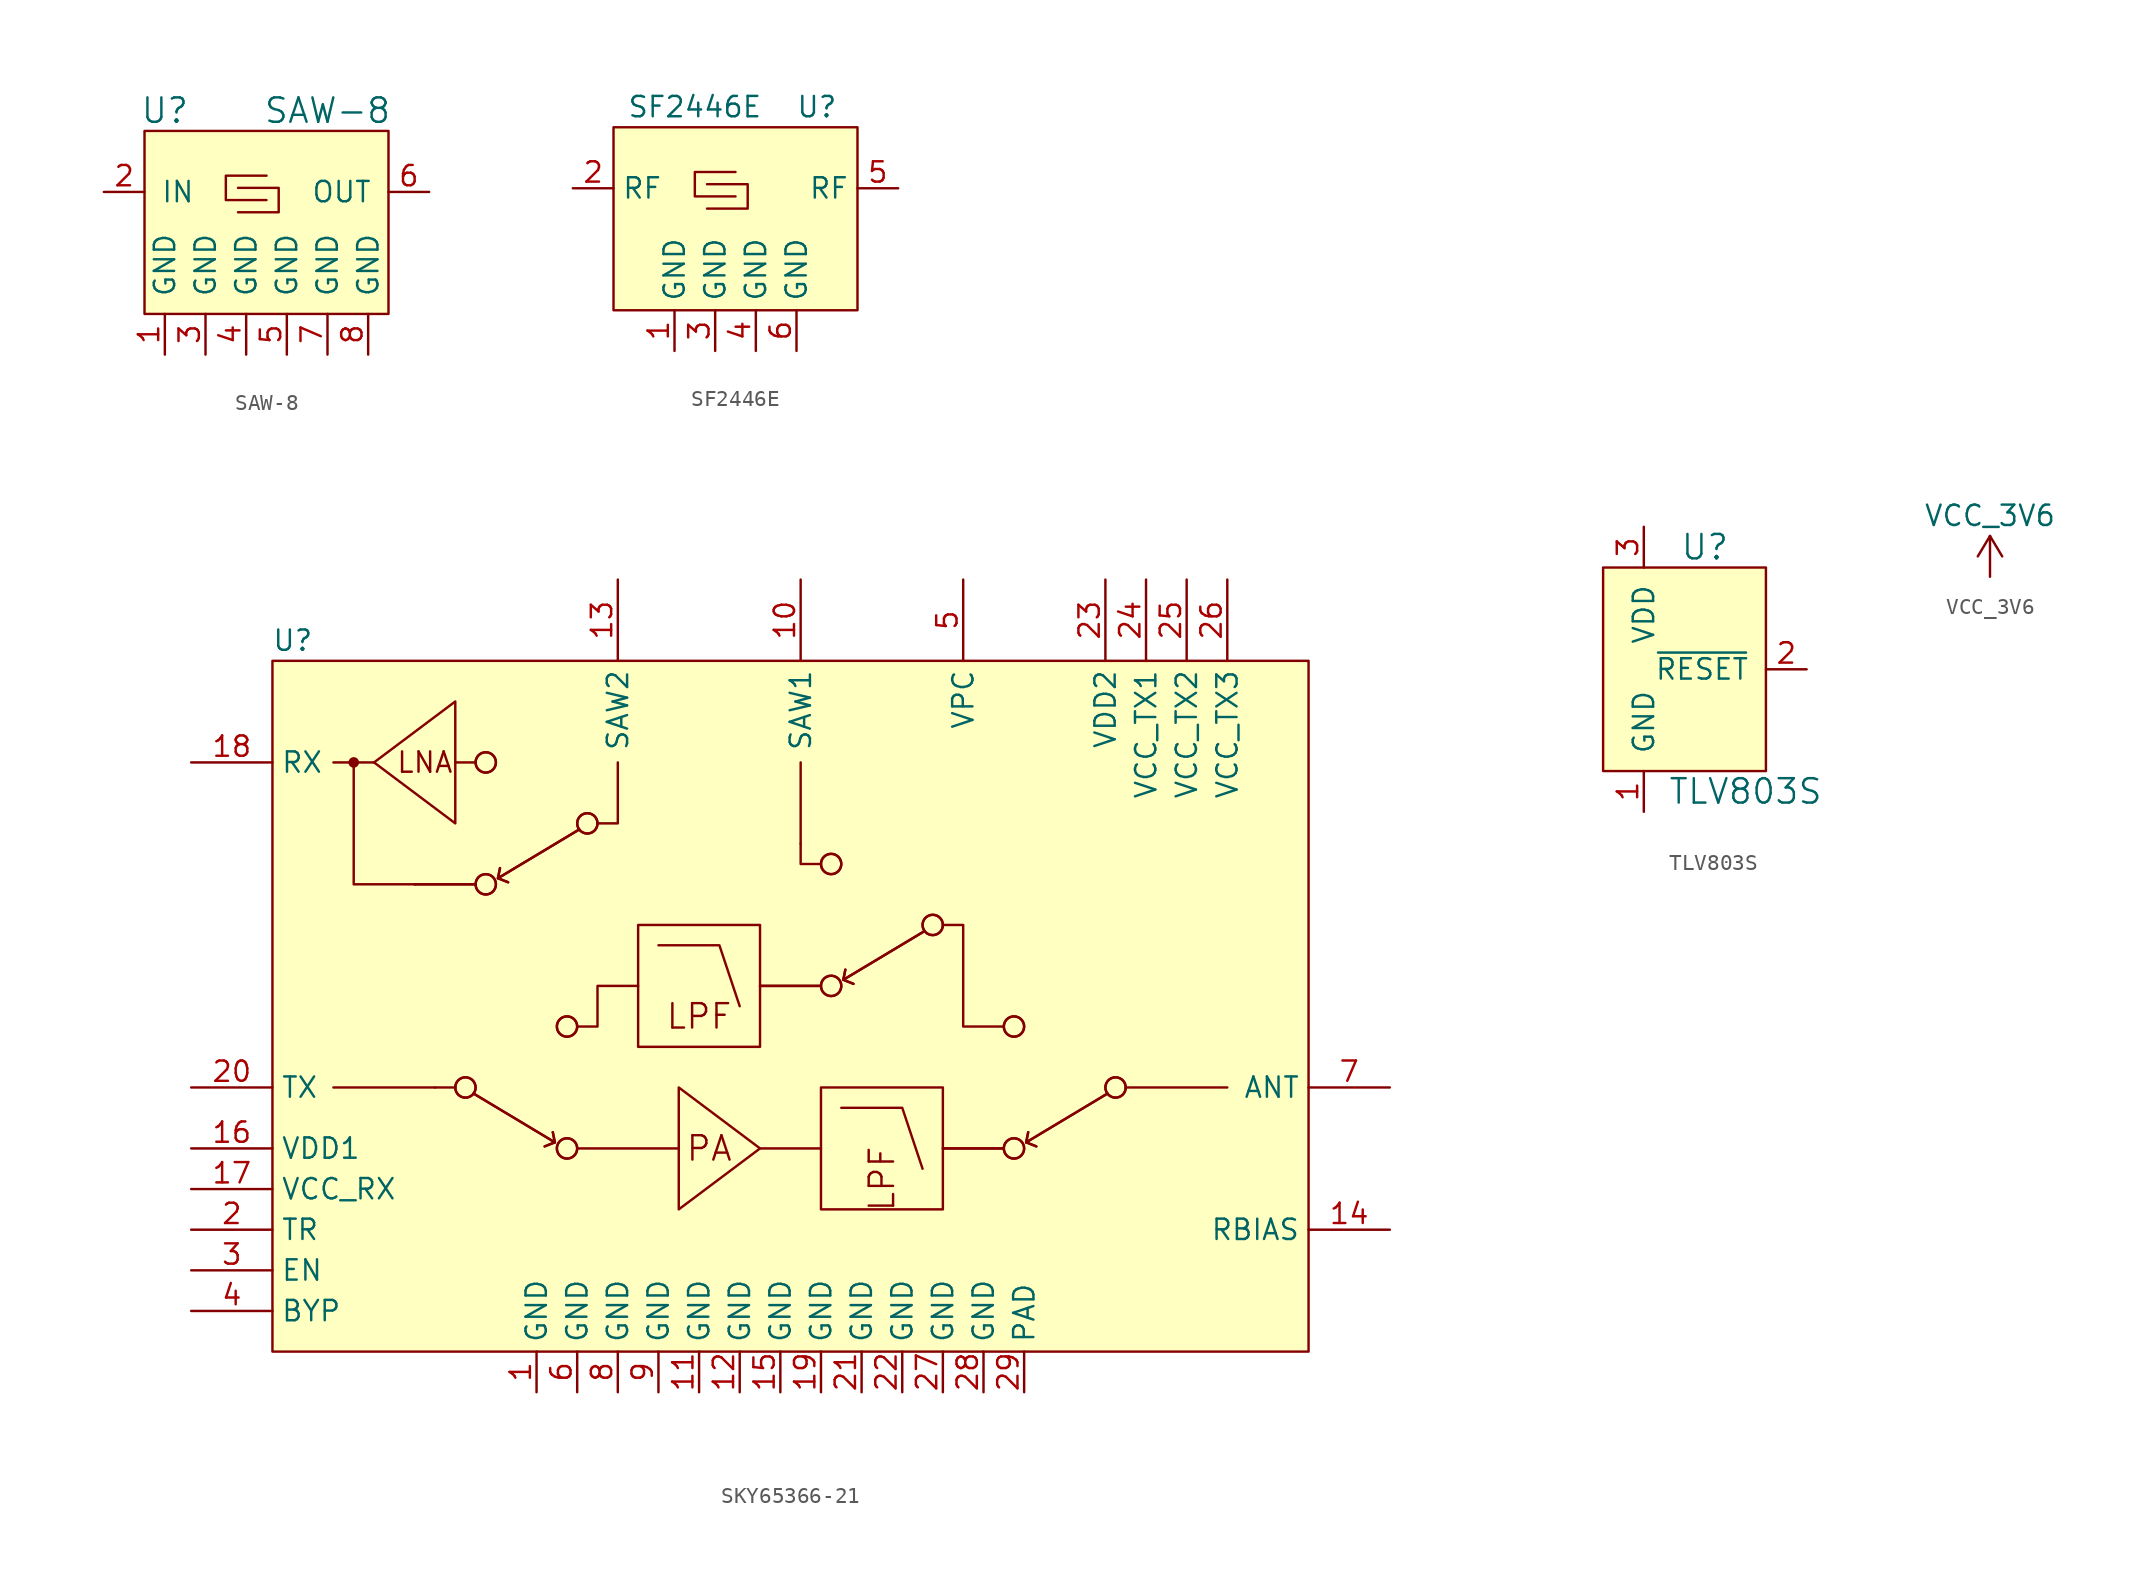
<source format=kicad_sym>
(kicad_symbol_lib
  (version 20220914)
  (generator kicad_symbol_editor)
  (symbol "SAW-8"
    (pin_names
      (offset 1.016))
    (property "Reference" "U"
      (at -6.35 6.35 0)
      (effects (font (size 1.524 1.524))))
    (property "Value" "SAW-8"
      (at 3.81 6.35 0)
      (effects (font (size 1.524 1.524))))
    (symbol "SAW-8_0_1"
      (rectangle (start -7.62 -6.35) (end 7.62 5.08) (stroke (width 0) (type solid)) (fill (type background)))
      (polyline (pts (xy -1.778 1.524) (xy 0.762 1.524) (xy 0.762 0) (xy -1.778 0)) (stroke (width 0) (type solid)) (fill (type none)))
      (polyline (pts (xy 0 2.286) (xy -2.54 2.286) (xy -2.54 0.762) (xy 0 0.762)) (stroke (width 0) (type solid)) (fill (type none))))
    (symbol "SAW-8_1_1"
      (pin passive line (at -6.35 -8.89 90) (length 2.54) (name "GND" (effects (font (size 1.27 1.27)))) (number "1" (effects (font (size 1.27 1.27)))))
      (pin passive line (at -10.16 1.27 0) (length 2.54) (name "IN" (effects (font (size 1.27 1.27)))) (number "2" (effects (font (size 1.27 1.27)))))
      (pin passive line (at -3.81 -8.89 90) (length 2.54) (name "GND" (effects (font (size 1.27 1.27)))) (number "3" (effects (font (size 1.27 1.27)))))
      (pin passive line (at -1.27 -8.89 90) (length 2.54) (name "GND" (effects (font (size 1.27 1.27)))) (number "4" (effects (font (size 1.27 1.27)))))
      (pin passive line (at 1.27 -8.89 90) (length 2.54) (name "GND" (effects (font (size 1.27 1.27)))) (number "5" (effects (font (size 1.27 1.27)))))
      (pin passive line (at 10.16 1.27 180) (length 2.54) (name "OUT" (effects (font (size 1.27 1.27)))) (number "6" (effects (font (size 1.27 1.27)))))
      (pin passive line (at 3.81 -8.89 90) (length 2.54) (name "GND" (effects (font (size 1.27 1.27)))) (number "7" (effects (font (size 1.27 1.27)))))
      (pin passive line (at 6.35 -8.89 90) (length 2.54) (name "GND" (effects (font (size 1.27 1.27)))) (number "8" (effects (font (size 1.27 1.27)))))))
  (symbol "SF2446E"
    (property "Reference" "U"
      (at 5.08 0 0)
      (effects (font (size 1.27 1.27))))
    (property "Value" "SF2446E"
      (at -2.54 0 0)
      (effects (font (size 1.27 1.27))))
    (symbol "SF2446E_0_1"
      (rectangle (start -7.62 -1.27) (end 7.62 -12.7) (stroke (width 0) (type solid)) (fill (type background)))
      (polyline (pts (xy -1.778 -4.826) (xy 0.762 -4.826) (xy 0.762 -6.35) (xy -1.778 -6.35)) (stroke (width 0) (type solid)) (fill (type none)))
      (polyline (pts (xy 0 -4.064) (xy -2.54 -4.064) (xy -2.54 -5.588) (xy 0 -5.588)) (stroke (width 0) (type solid)) (fill (type none))))
    (symbol "SF2446E_1_1"
      (pin power_in line (at -3.81 -15.24 90) (length 2.54) (name "GND" (effects (font (size 1.27 1.27)))) (number "1" (effects (font (size 1.27 1.27)))))
      (pin passive line (at -10.16 -5.08 0) (length 2.54) (name "RF" (effects (font (size 1.27 1.27)))) (number "2" (effects (font (size 1.27 1.27)))))
      (pin power_in line (at -1.27 -15.24 90) (length 2.54) (name "GND" (effects (font (size 1.27 1.27)))) (number "3" (effects (font (size 1.27 1.27)))))
      (pin power_in line (at 1.27 -15.24 90) (length 2.54) (name "GND" (effects (font (size 1.27 1.27)))) (number "4" (effects (font (size 1.27 1.27)))))
      (pin passive line (at 10.16 -5.08 180) (length 2.54) (name "RF" (effects (font (size 1.27 1.27)))) (number "5" (effects (font (size 1.27 1.27)))))
      (pin power_in line (at 3.81 -15.24 90) (length 2.54) (name "GND" (effects (font (size 1.27 1.27)))) (number "6" (effects (font (size 1.27 1.27)))))))
  (symbol "SKY65366-21"
    (property "Reference" "U"
      (at 0 0 0)
      (effects (font (size 1.27 1.27))))
    (property "Value" ""
      (at 0 0 0)
      (effects (font (size 1.27 1.27))))
    (symbol "SKY65366-21_0_0"
      (rectangle (start -1.27 -1.27) (end 63.5 -44.45) (stroke (width 0) (type solid)) (fill (type background)))
      (polyline (pts (xy 5.08 -7.62) (xy 2.54 -7.62)) (stroke (width 0) (type solid)) (fill (type none)))
      (polyline (pts (xy 7.62 -15.24) (xy 11.43 -15.24)) (stroke (width 0) (type solid)) (fill (type none)))
      (polyline (pts (xy 7.62 -15.24) (xy 11.43 -15.24)) (stroke (width 0) (type solid)) (fill (type none)))
      (polyline (pts (xy 8.89 -27.94) (xy 2.54 -27.94)) (stroke (width 0) (type solid)) (fill (type none)))
      (polyline (pts (xy 10.16 -7.62) (xy 11.43 -7.62)) (stroke (width 0) (type solid)) (fill (type none)))
      (polyline (pts (xy 29.21 -31.75) (xy 33.02 -31.75)) (stroke (width 0) (type solid)) (fill (type none)))
      (polyline (pts (xy 29.21 -21.59) (xy 33.02 -21.59)) (stroke (width 0) (type solid)) (fill (type none)))
      (polyline (pts (xy 29.21 -21.59) (xy 33.02 -21.59)) (stroke (width 0) (type solid)) (fill (type none)))
      (polyline (pts (xy 31.75 -12.7) (xy 31.75 -7.62)) (stroke (width 0) (type solid)) (fill (type none)))
      (polyline (pts (xy 40.64 -31.75) (xy 44.45 -31.75)) (stroke (width 0) (type solid)) (fill (type none)))
      (polyline (pts (xy 40.64 -31.75) (xy 44.45 -31.75)) (stroke (width 0) (type solid)) (fill (type none)))
      (polyline (pts (xy 7.62 -15.24) (xy 3.81 -15.24) (xy 3.81 -7.62)) (stroke (width 0) (type solid)) (fill (type none)))
      (polyline (pts (xy 19.05 -11.43) (xy 20.32 -11.43) (xy 20.32 -7.62)) (stroke (width 0) (type solid)) (fill (type none)))
      (polyline (pts (xy 33.02 -13.97) (xy 31.75 -13.97) (xy 31.75 -12.7)) (stroke (width 0) (type solid)) (fill (type none)))
      (circle (center 3.81 -7.62) (radius 0.254) (stroke (width 0) (type solid)) (fill (type outline)))
      (text "LNA" (at 8.255 -7.62 0) (effects (font (size 1.27 1.27))))
      (text "LPF" (at 25.4 -23.495 0) (effects (font (size 1.524 1.524))))
      (text "LPF" (at 36.83 -33.655 900) (effects (font (size 1.524 1.524))))
      (text "PA" (at 26.035 -31.75 0) (effects (font (size 1.524 1.524)))))
    (symbol "SKY65366-21_0_1"
      (polyline (pts (xy 10.16 -27.94) (xy 8.89 -27.94)) (stroke (width 0) (type solid)) (fill (type none)))
      (polyline (pts (xy 12.827 -14.859) (xy 13.462 -15.113)) (stroke (width 0) (type solid)) (fill (type none)))
      (polyline (pts (xy 12.827 -14.859) (xy 13.462 -15.113)) (stroke (width 0) (type solid)) (fill (type none)))
      (polyline (pts (xy 16.383 -31.369) (xy 15.748 -31.623)) (stroke (width 0) (type solid)) (fill (type none)))
      (polyline (pts (xy 16.383 -31.369) (xy 15.748 -31.623)) (stroke (width 0) (type solid)) (fill (type none)))
      (polyline (pts (xy 17.78 -31.75) (xy 24.13 -31.75)) (stroke (width 0) (type solid)) (fill (type none)))
      (polyline (pts (xy 34.417 -21.209) (xy 35.052 -21.463)) (stroke (width 0) (type solid)) (fill (type none)))
      (polyline (pts (xy 34.417 -21.209) (xy 35.052 -21.463)) (stroke (width 0) (type solid)) (fill (type none)))
      (polyline (pts (xy 45.847 -31.369) (xy 46.482 -31.623)) (stroke (width 0) (type solid)) (fill (type none)))
      (polyline (pts (xy 45.847 -31.369) (xy 46.482 -31.623)) (stroke (width 0) (type solid)) (fill (type none)))
      (polyline (pts (xy 52.07 -27.94) (xy 58.42 -27.94)) (stroke (width 0) (type solid)) (fill (type none)))
      (polyline (pts (xy 11.303 -28.321) (xy 16.383 -31.369) (xy 16.256 -30.734)) (stroke (width 0) (type solid)) (fill (type none)))
      (polyline (pts (xy 11.303 -28.321) (xy 16.383 -31.369) (xy 16.256 -30.734)) (stroke (width 0) (type solid)) (fill (type none)))
      (polyline (pts (xy 17.907 -11.811) (xy 12.827 -14.859) (xy 12.954 -14.224)) (stroke (width 0) (type solid)) (fill (type none)))
      (polyline (pts (xy 17.907 -11.811) (xy 12.827 -14.859) (xy 12.954 -14.224)) (stroke (width 0) (type solid)) (fill (type none)))
      (polyline (pts (xy 22.86 -19.05) (xy 26.67 -19.05) (xy 27.94 -22.86)) (stroke (width 0) (type solid)) (fill (type none)))
      (polyline (pts (xy 34.29 -29.21) (xy 38.1 -29.21) (xy 39.37 -33.02)) (stroke (width 0) (type solid)) (fill (type none)))
      (polyline (pts (xy 39.497 -18.161) (xy 34.417 -21.209) (xy 34.544 -20.574)) (stroke (width 0) (type solid)) (fill (type none)))
      (polyline (pts (xy 39.497 -18.161) (xy 34.417 -21.209) (xy 34.544 -20.574)) (stroke (width 0) (type solid)) (fill (type none)))
      (polyline (pts (xy 50.927 -28.321) (xy 45.847 -31.369) (xy 45.974 -30.734)) (stroke (width 0) (type solid)) (fill (type none)))
      (polyline (pts (xy 50.927 -28.321) (xy 45.847 -31.369) (xy 45.974 -30.734)) (stroke (width 0) (type solid)) (fill (type none)))
      (polyline (pts (xy 10.16 -11.43) (xy 10.16 -3.81) (xy 5.08 -7.62) (xy 10.16 -11.43)) (stroke (width 0) (type solid)) (fill (type none)))
      (polyline (pts (xy 17.78 -24.13) (xy 19.05 -24.13) (xy 19.05 -21.59) (xy 21.59 -21.59)) (stroke (width 0) (type solid)) (fill (type none)))
      (polyline (pts (xy 24.13 -35.56) (xy 24.13 -27.94) (xy 29.21 -31.75) (xy 24.13 -35.56)) (stroke (width 0) (type solid)) (fill (type none)))
      (polyline (pts (xy 44.45 -24.13) (xy 41.91 -24.13) (xy 41.91 -17.78) (xy 40.64 -17.78)) (stroke (width 0) (type solid)) (fill (type none)))
      (circle (center 10.795 -27.94) (radius 0.635) (stroke (width 0) (type solid)) (fill (type none)))
      (circle (center 10.795 -27.94) (radius 0.635) (stroke (width 0) (type solid)) (fill (type none)))
      (circle (center 12.065 -15.24) (radius 0.635) (stroke (width 0) (type solid)) (fill (type none)))
      (circle (center 12.065 -15.24) (radius 0.635) (stroke (width 0) (type solid)) (fill (type none)))
      (circle (center 12.065 -7.62) (radius 0.635) (stroke (width 0) (type solid)) (fill (type none)))
      (circle (center 12.065 -7.62) (radius 0.635) (stroke (width 0) (type solid)) (fill (type none)))
      (circle (center 17.145 -31.75) (radius 0.635) (stroke (width 0) (type solid)) (fill (type none)))
      (circle (center 17.145 -31.75) (radius 0.635) (stroke (width 0) (type solid)) (fill (type none)))
      (circle (center 17.145 -24.13) (radius 0.635) (stroke (width 0) (type solid)) (fill (type none)))
      (circle (center 17.145 -24.13) (radius 0.635) (stroke (width 0) (type solid)) (fill (type none)))
      (circle (center 18.415 -11.43) (radius 0.635) (stroke (width 0) (type solid)) (fill (type none)))
      (circle (center 18.415 -11.43) (radius 0.635) (stroke (width 0) (type solid)) (fill (type none)))
      (rectangle (start 21.59 -17.78) (end 29.21 -25.4) (stroke (width 0) (type solid)) (fill (type none)))
      (rectangle (start 33.02 -27.94) (end 40.64 -35.56) (stroke (width 0) (type solid)) (fill (type none)))
      (circle (center 33.655 -21.59) (radius 0.635) (stroke (width 0) (type solid)) (fill (type none)))
      (circle (center 33.655 -21.59) (radius 0.635) (stroke (width 0) (type solid)) (fill (type none)))
      (circle (center 33.655 -13.97) (radius 0.635) (stroke (width 0) (type solid)) (fill (type none)))
      (circle (center 33.655 -13.97) (radius 0.635) (stroke (width 0) (type solid)) (fill (type none)))
      (circle (center 40.005 -17.78) (radius 0.635) (stroke (width 0) (type solid)) (fill (type none)))
      (circle (center 40.005 -17.78) (radius 0.635) (stroke (width 0) (type solid)) (fill (type none)))
      (circle (center 45.085 -31.75) (radius 0.635) (stroke (width 0) (type solid)) (fill (type none)))
      (circle (center 45.085 -31.75) (radius 0.635) (stroke (width 0) (type solid)) (fill (type none)))
      (circle (center 45.085 -24.13) (radius 0.635) (stroke (width 0) (type solid)) (fill (type none)))
      (circle (center 45.085 -24.13) (radius 0.635) (stroke (width 0) (type solid)) (fill (type none)))
      (circle (center 51.435 -27.94) (radius 0.635) (stroke (width 0) (type solid)) (fill (type none)))
      (circle (center 51.435 -27.94) (radius 0.635) (stroke (width 0) (type solid)) (fill (type none))))
    (symbol "SKY65366-21_1_1"
      (pin passive line (at 15.24 -46.99 90) (length 2.54) (name "GND" (effects (font (size 1.27 1.27)))) (number "1" (effects (font (size 1.27 1.27)))))
      (pin passive line (at 31.75 3.81 270) (length 5.08) (name "SAW1" (effects (font (size 1.27 1.27)))) (number "10" (effects (font (size 1.27 1.27)))))
      (pin passive line (at 25.4 -46.99 90) (length 2.54) (name "GND" (effects (font (size 1.27 1.27)))) (number "11" (effects (font (size 1.27 1.27)))))
      (pin passive line (at 27.94 -46.99 90) (length 2.54) (name "GND" (effects (font (size 1.27 1.27)))) (number "12" (effects (font (size 1.27 1.27)))))
      (pin passive line (at 20.32 3.81 270) (length 5.08) (name "SAW2" (effects (font (size 1.27 1.27)))) (number "13" (effects (font (size 1.27 1.27)))))
      (pin passive line (at 68.58 -36.83 180) (length 5.08) (name "RBIAS" (effects (font (size 1.27 1.27)))) (number "14" (effects (font (size 1.27 1.27)))))
      (pin passive line (at 30.48 -46.99 90) (length 2.54) (name "GND" (effects (font (size 1.27 1.27)))) (number "15" (effects (font (size 1.27 1.27)))))
      (pin passive line (at -6.35 -31.75 0) (length 5.08) (name "VDD1" (effects (font (size 1.27 1.27)))) (number "16" (effects (font (size 1.27 1.27)))))
      (pin passive line (at -6.35 -34.29 0) (length 5.08) (name "VCC_RX" (effects (font (size 1.27 1.27)))) (number "17" (effects (font (size 1.27 1.27)))))
      (pin passive line (at -6.35 -7.62 0) (length 5.08) (name "RX" (effects (font (size 1.27 1.27)))) (number "18" (effects (font (size 1.27 1.27)))))
      (pin passive line (at 33.02 -46.99 90) (length 2.54) (name "GND" (effects (font (size 1.27 1.27)))) (number "19" (effects (font (size 1.27 1.27)))))
      (pin passive line (at -6.35 -36.83 0) (length 5.08) (name "TR" (effects (font (size 1.27 1.27)))) (number "2" (effects (font (size 1.27 1.27)))))
      (pin passive line (at -6.35 -27.94 0) (length 5.08) (name "TX" (effects (font (size 1.27 1.27)))) (number "20" (effects (font (size 1.27 1.27)))))
      (pin passive line (at 35.56 -46.99 90) (length 2.54) (name "GND" (effects (font (size 1.27 1.27)))) (number "21" (effects (font (size 1.27 1.27)))))
      (pin passive line (at 38.1 -46.99 90) (length 2.54) (name "GND" (effects (font (size 1.27 1.27)))) (number "22" (effects (font (size 1.27 1.27)))))
      (pin passive line (at 50.8 3.81 270) (length 5.08) (name "VDD2" (effects (font (size 1.27 1.27)))) (number "23" (effects (font (size 1.27 1.27)))))
      (pin passive line (at 53.34 3.81 270) (length 5.08) (name "VCC_TX1" (effects (font (size 1.27 1.27)))) (number "24" (effects (font (size 1.27 1.27)))))
      (pin passive line (at 55.88 3.81 270) (length 5.08) (name "VCC_TX2" (effects (font (size 1.27 1.27)))) (number "25" (effects (font (size 1.27 1.27)))))
      (pin passive line (at 58.42 3.81 270) (length 5.08) (name "VCC_TX3" (effects (font (size 1.27 1.27)))) (number "26" (effects (font (size 1.27 1.27)))))
      (pin passive line (at 40.64 -46.99 90) (length 2.54) (name "GND" (effects (font (size 1.27 1.27)))) (number "27" (effects (font (size 1.27 1.27)))))
      (pin passive line (at 43.18 -46.99 90) (length 2.54) (name "GND" (effects (font (size 1.27 1.27)))) (number "28" (effects (font (size 1.27 1.27)))))
      (pin passive line (at 45.72 -46.99 90) (length 2.54) (name "PAD" (effects (font (size 1.27 1.27)))) (number "29" (effects (font (size 1.27 1.27)))))
      (pin passive line (at -6.35 -39.37 0) (length 5.08) (name "EN" (effects (font (size 1.27 1.27)))) (number "3" (effects (font (size 1.27 1.27)))))
      (pin passive line (at -6.35 -41.91 0) (length 5.08) (name "BYP" (effects (font (size 1.27 1.27)))) (number "4" (effects (font (size 1.27 1.27)))))
      (pin passive line (at 41.91 3.81 270) (length 5.08) (name "VPC" (effects (font (size 1.27 1.27)))) (number "5" (effects (font (size 1.27 1.27)))))
      (pin passive line (at 17.78 -46.99 90) (length 2.54) (name "GND" (effects (font (size 1.27 1.27)))) (number "6" (effects (font (size 1.27 1.27)))))
      (pin passive line (at 68.58 -27.94 180) (length 5.08) (name "ANT" (effects (font (size 1.27 1.27)))) (number "7" (effects (font (size 1.27 1.27)))))
      (pin passive line (at 20.32 -46.99 90) (length 2.54) (name "GND" (effects (font (size 1.27 1.27)))) (number "8" (effects (font (size 1.27 1.27)))))
      (pin passive line (at 22.86 -46.99 90) (length 2.54) (name "GND" (effects (font (size 1.27 1.27)))) (number "9" (effects (font (size 1.27 1.27)))))))
  (symbol "TLV803S"
    (pin_names
      (offset 1.016))
    (property "Reference" "U"
      (at 3.81 7.62 0)
      (effects (font (size 1.524 1.524))))
    (property "Value" "TLV803S"
      (at 6.35 -7.62 0)
      (effects (font (size 1.524 1.524))))
    (symbol "TLV803S_0_0"
      (rectangle (start -2.54 6.35) (end 7.62 -6.35) (stroke (width 0) (type solid)) (fill (type background))))
    (symbol "TLV803S_1_1"
      (pin passive line (at 0 -8.89 90) (length 2.54) (name "GND" (effects (font (size 1.27 1.27)))) (number "1" (effects (font (size 1.27 1.27)))))
      (pin passive line (at 10.16 0 180) (length 2.54) (name "~{RESET}" (effects (font (size 1.27 1.27)))) (number "2" (effects (font (size 1.27 1.27)))))
      (pin passive line (at 0 8.89 270) (length 2.54) (name "VDD" (effects (font (size 1.27 1.27)))) (number "3" (effects (font (size 1.27 1.27)))))))
  (symbol "VCC_3V6"
    (power)
    (pin_names
      (offset 0))
    (property "Reference" "#PWR"
      (at 0 -3.81 0)
      (effects (font (size 1.27 1.27)) hide))
    (property "Value" "VCC_3V6"
      (at 0 3.81 0)
      (effects (font (size 1.27 1.27))))
    (symbol "VCC_3V6_0_1"
      (polyline (pts (xy -0.762 1.27) (xy 0 2.54)) (stroke (width 0) (type solid)) (fill (type none)))
      (polyline (pts (xy 0 0) (xy 0 2.54)) (stroke (width 0) (type solid)) (fill (type none)))
      (polyline (pts (xy 0 2.54) (xy 0.762 1.27)) (stroke (width 0) (type solid)) (fill (type none))))
    (symbol "VCC_3V6_1_1"
      (pin power_in line (at 0 0 90) (length 0) hide (name "VCC_3V6" (effects (font (size 1.27 1.27)))) (number "1" (effects (font (size 1.27 1.27))))))))
</source>
